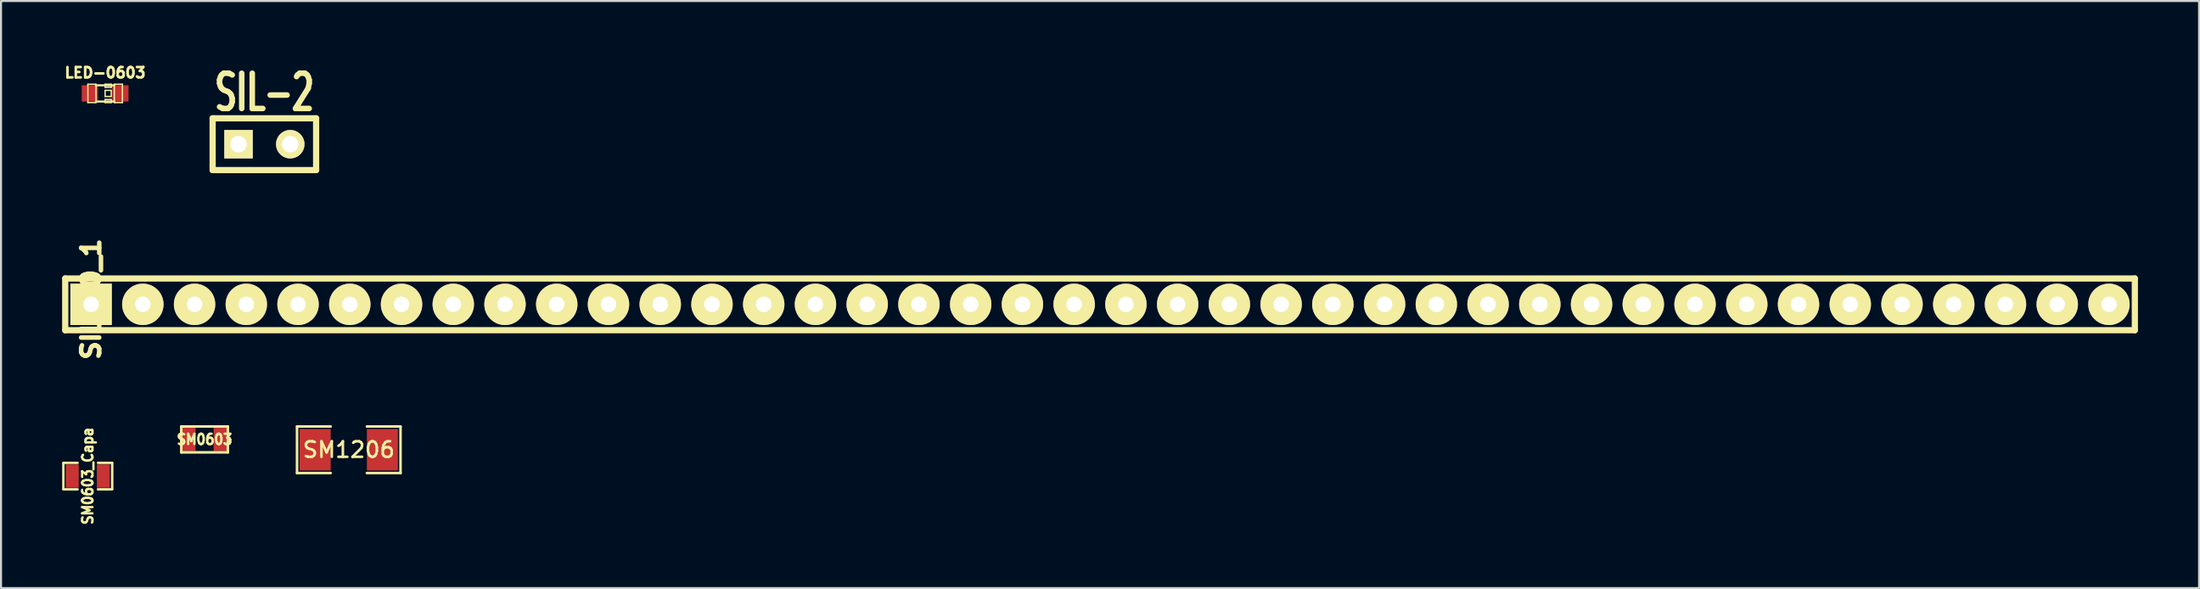
<source format=kicad_pcb>
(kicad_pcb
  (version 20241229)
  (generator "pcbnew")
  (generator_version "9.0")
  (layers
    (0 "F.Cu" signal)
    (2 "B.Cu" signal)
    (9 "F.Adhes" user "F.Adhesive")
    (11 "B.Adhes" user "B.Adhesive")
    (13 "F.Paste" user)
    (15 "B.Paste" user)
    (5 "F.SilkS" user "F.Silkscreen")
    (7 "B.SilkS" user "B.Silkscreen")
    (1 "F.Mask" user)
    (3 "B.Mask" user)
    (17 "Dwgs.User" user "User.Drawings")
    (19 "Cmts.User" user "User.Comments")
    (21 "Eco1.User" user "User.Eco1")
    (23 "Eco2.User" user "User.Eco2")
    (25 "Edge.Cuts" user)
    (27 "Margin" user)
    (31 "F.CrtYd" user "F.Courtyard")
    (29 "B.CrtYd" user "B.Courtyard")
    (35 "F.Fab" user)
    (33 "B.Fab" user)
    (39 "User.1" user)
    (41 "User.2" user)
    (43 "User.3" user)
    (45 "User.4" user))
  (footprint "SM0603"
    (layer "F.Cu")
    (at 6.993 18.523)
    (property "Reference" "SM0603" (at 0 0 0) (layer "F.SilkS") (effects (font (size 0.508 0.457) (thickness 0.114))))
    (attr smd)
    (fp_line (start -1.143 -0.635) (end 1.143 -0.635) (stroke (width 0.127) (type solid)) (layer "F.SilkS"))
    (fp_line (start -1.143 0.635) (end -1.143 -0.635) (stroke (width 0.127) (type solid)) (layer "F.SilkS"))
    (fp_line (start 1.143 -0.635) (end 1.143 0.635) (stroke (width 0.127) (type solid)) (layer "F.SilkS"))
    (fp_line (start 1.143 0.635) (end -1.143 0.635) (stroke (width 0.127) (type solid)) (layer "F.SilkS"))
    (pad "1" smd rect (at -0.762 0) (size 0.635 1.143) (layers "F.Cu" "F.Mask" "F.Paste"))
    (pad "2" smd rect (at 0.762 0) (size 0.635 1.143) (layers "F.Cu" "F.Mask" "F.Paste")))
  (footprint "LED-0603"
    (layer "F.Cu")
    (at 2.111 1.536)
    (property "Reference" "LED-0603" (at 0 -1.016 0) (layer "F.SilkS") (effects (font (size 0.508 0.508) (thickness 0.127))))
    (attr smd)
    (fp_line (start -0.848 -0.45) (end -0.848 0.45) (stroke (width 0.066) (type solid)) (layer "F.SilkS"))
    (fp_line (start -0.848 -0.45) (end -0.45 -0.45) (stroke (width 0.066) (type solid)) (layer "F.SilkS"))
    (fp_line (start -0.848 0.45) (end -0.45 0.45) (stroke (width 0.066) (type solid)) (layer "F.SilkS"))
    (fp_line (start -0.45 -0.45) (end -0.45 0.45) (stroke (width 0.066) (type solid)) (layer "F.SilkS"))
    (fp_line (start 0 -0.45) (end 0 -0.3) (stroke (width 0.066) (type solid)) (layer "F.SilkS"))
    (fp_line (start 0 -0.45) (end 0.3 -0.45) (stroke (width 0.066) (type solid)) (layer "F.SilkS"))
    (fp_line (start 0 -0.3) (end 0.3 -0.3) (stroke (width 0.066) (type solid)) (layer "F.SilkS"))
    (fp_line (start 0 -0.15) (end 0 0.15) (stroke (width 0.066) (type solid)) (layer "F.SilkS"))
    (fp_line (start 0 -0.15) (end 0.3 -0.15) (stroke (width 0.066) (type solid)) (layer "F.SilkS"))
    (fp_line (start 0 0.15) (end 0.3 0.15) (stroke (width 0.066) (type solid)) (layer "F.SilkS"))
    (fp_line (start 0 0.3) (end 0 0.45) (stroke (width 0.066) (type solid)) (layer "F.SilkS"))
    (fp_line (start 0 0.3) (end 0.3 0.3) (stroke (width 0.066) (type solid)) (layer "F.SilkS"))
    (fp_line (start 0 0.45) (end 0.3 0.45) (stroke (width 0.066) (type solid)) (layer "F.SilkS"))
    (fp_line (start 0.3 -0.45) (end 0.3 -0.3) (stroke (width 0.066) (type solid)) (layer "F.SilkS"))
    (fp_line (start 0.3 -0.15) (end 0.3 0.15) (stroke (width 0.066) (type solid)) (layer "F.SilkS"))
    (fp_line (start 0.3 0.3) (end 0.3 0.45) (stroke (width 0.066) (type solid)) (layer "F.SilkS"))
    (fp_line (start 0.45 -0.45) (end 0.45 0.45) (stroke (width 0.066) (type solid)) (layer "F.SilkS"))
    (fp_line (start 0.45 -0.45) (end 0.848 -0.45) (stroke (width 0.066) (type solid)) (layer "F.SilkS"))
    (fp_line (start 0.45 -0.399) (end -0.45 -0.399) (stroke (width 0.102) (type solid)) (layer "F.SilkS"))
    (fp_line (start 0.45 0.399) (end -0.45 0.399) (stroke (width 0.102) (type solid)) (layer "F.SilkS"))
    (fp_line (start 0.45 0.45) (end 0.848 0.45) (stroke (width 0.066) (type solid)) (layer "F.SilkS"))
    (fp_line (start 0.848 -0.45) (end 0.848 0.45) (stroke (width 0.066) (type solid)) (layer "F.SilkS"))
    (pad "1" smd rect (at -0.749 0) (size 0.798 0.798) (layers "F.Cu" "F.Mask" "F.Paste"))
    (pad "2" smd rect (at 0.749 0) (size 0.798 0.798) (layers "F.Cu" "F.Mask" "F.Paste")))
  (footprint "SIL-2"
    (layer "F.Cu")
    (at 9.929 4.029)
    (property "Reference" "SIL-2" (at 0 -2.54 0) (layer "F.SilkS") (effects (font (size 1.73 1.087) (thickness 0.305))))
    (attr through_hole)
    (fp_line (start -2.54 -1.27) (end 2.54 -1.27) (stroke (width 0.305) (type solid)) (layer "F.SilkS"))
    (fp_line (start -2.54 1.27) (end -2.54 -1.27) (stroke (width 0.305) (type solid)) (layer "F.SilkS"))
    (fp_line (start 2.54 -1.27) (end 2.54 1.27) (stroke (width 0.305) (type solid)) (layer "F.SilkS"))
    (fp_line (start 2.54 1.27) (end -2.54 1.27) (stroke (width 0.305) (type solid)) (layer "F.SilkS"))
    (pad "1" thru_hole rect (at -1.27 0) (size 1.397 1.397) (drill 0.813) (layers "*.Cu" "*.Mask" "F.SilkS"))
    (pad "2" thru_hole circle (at 1.27 0) (size 1.397 1.397) (drill 0.813) (layers "*.Cu" "*.Mask" "F.SilkS")))
  (footprint "SIL_40_1"
    (layer "F.Cu")
    (at 1.422 11.892)
    (property "Reference" "SIL_40_1" (at 0 -0.254 270) (layer "F.SilkS") (effects (font (size 0.889 0.889) (thickness 0.305))))
    (attr through_hole)
    (fp_line (start -1.27 -1.27) (end -1.27 1.27) (stroke (width 0.305) (type solid)) (layer "F.SilkS"))
    (fp_line (start -1.27 1.27) (end 100.33 1.27) (stroke (width 0.305) (type solid)) (layer "F.SilkS"))
    (fp_line (start 100.33 -1.27) (end -1.27 -1.27) (stroke (width 0.305) (type solid)) (layer "F.SilkS"))
    (fp_line (start 100.33 1.27) (end 100.33 -1.27) (stroke (width 0.305) (type solid)) (layer "F.SilkS"))
    (pad "1" thru_hole rect (at 0 0) (size 2.032 2.032) (drill 0.762) (layers "*.Cu" "*.Mask" "F.SilkS"))
    (pad "2" thru_hole circle (at 2.54 0) (size 2.032 2.032) (drill 0.762) (layers "*.Cu" "*.Mask" "F.SilkS"))
    (pad "3" thru_hole circle (at 5.08 0) (size 2.032 2.032) (drill 0.762) (layers "*.Cu" "*.Mask" "F.SilkS"))
    (pad "4" thru_hole circle (at 7.62 0) (size 2.032 2.032) (drill 0.762) (layers "*.Cu" "*.Mask" "F.SilkS"))
    (pad "5" thru_hole circle (at 10.16 0) (size 2.032 2.032) (drill 0.762) (layers "*.Cu" "*.Mask" "F.SilkS"))
    (pad "6" thru_hole circle (at 12.7 0) (size 2.032 2.032) (drill 0.762) (layers "*.Cu" "*.Mask" "F.SilkS"))
    (pad "7" thru_hole circle (at 15.24 0) (size 2.032 2.032) (drill 0.762) (layers "*.Cu" "*.Mask" "F.SilkS"))
    (pad "8" thru_hole circle (at 17.78 0) (size 2.032 2.032) (drill 0.762) (layers "*.Cu" "*.Mask" "F.SilkS"))
    (pad "9" thru_hole circle (at 20.32 0) (size 2.032 2.032) (drill 0.762) (layers "*.Cu" "*.Mask" "F.SilkS"))
    (pad "10" thru_hole circle (at 22.86 0) (size 2.032 2.032) (drill 0.762) (layers "*.Cu" "*.Mask" "F.SilkS"))
    (pad "11" thru_hole circle (at 25.4 0) (size 2.032 2.032) (drill 0.762) (layers "*.Cu" "*.Mask" "F.SilkS"))
    (pad "12" thru_hole circle (at 27.94 0) (size 2.032 2.032) (drill 0.762) (layers "*.Cu" "*.Mask" "F.SilkS"))
    (pad "13" thru_hole circle (at 30.48 0) (size 2.032 2.032) (drill 0.762) (layers "*.Cu" "*.Mask" "F.SilkS"))
    (pad "14" thru_hole circle (at 33.02 0) (size 2.032 2.032) (drill 0.762) (layers "*.Cu" "*.Mask" "F.SilkS"))
    (pad "15" thru_hole circle (at 35.56 0) (size 2.032 2.032) (drill 0.762) (layers "*.Cu" "*.Mask" "F.SilkS"))
    (pad "16" thru_hole circle (at 38.1 0) (size 2.032 2.032) (drill 0.762) (layers "*.Cu" "*.Mask" "F.SilkS"))
    (pad "17" thru_hole circle (at 40.64 0) (size 2.032 2.032) (drill 0.762) (layers "*.Cu" "*.Mask" "F.SilkS"))
    (pad "18" thru_hole circle (at 43.18 0) (size 2.032 2.032) (drill 0.762) (layers "*.Cu" "*.Mask" "F.SilkS"))
    (pad "19" thru_hole circle (at 45.72 0) (size 2.032 2.032) (drill 0.762) (layers "*.Cu" "*.Mask" "F.SilkS"))
    (pad "20" thru_hole circle (at 48.26 0) (size 2.032 2.032) (drill 0.762) (layers "*.Cu" "*.Mask" "F.SilkS"))
    (pad "21" thru_hole circle (at 50.8 0) (size 2.032 2.032) (drill 0.762) (layers "*.Cu" "*.Mask" "F.SilkS"))
    (pad "22" thru_hole circle (at 53.34 0) (size 2.032 2.032) (drill 0.762) (layers "*.Cu" "*.Mask" "F.SilkS"))
    (pad "23" thru_hole circle (at 55.88 0) (size 2.032 2.032) (drill 0.762) (layers "*.Cu" "*.Mask" "F.SilkS"))
    (pad "24" thru_hole circle (at 58.42 0) (size 2.032 2.032) (drill 0.762) (layers "*.Cu" "*.Mask" "F.SilkS"))
    (pad "25" thru_hole circle (at 60.96 0) (size 2.032 2.032) (drill 0.762) (layers "*.Cu" "*.Mask" "F.SilkS"))
    (pad "26" thru_hole circle (at 63.5 0) (size 2.032 2.032) (drill 0.762) (layers "*.Cu" "*.Mask" "F.SilkS"))
    (pad "27" thru_hole circle (at 66.04 0) (size 2.032 2.032) (drill 0.762) (layers "*.Cu" "*.Mask" "F.SilkS"))
    (pad "28" thru_hole circle (at 68.58 0) (size 2.032 2.032) (drill 0.762) (layers "*.Cu" "*.Mask" "F.SilkS"))
    (pad "29" thru_hole circle (at 71.12 0) (size 2.032 2.032) (drill 0.762) (layers "*.Cu" "*.Mask" "F.SilkS"))
    (pad "30" thru_hole circle (at 73.66 0) (size 2.032 2.032) (drill 0.762) (layers "*.Cu" "*.Mask" "F.SilkS"))
    (pad "31" thru_hole circle (at 76.2 0) (size 2.032 2.032) (drill 0.762) (layers "*.Cu" "*.Mask" "F.SilkS"))
    (pad "32" thru_hole circle (at 78.74 0) (size 2.032 2.032) (drill 0.762) (layers "*.Cu" "*.Mask" "F.SilkS"))
    (pad "33" thru_hole circle (at 81.28 0) (size 2.032 2.032) (drill 0.762) (layers "*.Cu" "*.Mask" "F.SilkS"))
    (pad "34" thru_hole circle (at 83.82 0) (size 2.032 2.032) (drill 0.762) (layers "*.Cu" "*.Mask" "F.SilkS"))
    (pad "35" thru_hole circle (at 86.36 0) (size 2.032 2.032) (drill 0.762) (layers "*.Cu" "*.Mask" "F.SilkS"))
    (pad "36" thru_hole circle (at 88.9 0) (size 2.032 2.032) (drill 0.762) (layers "*.Cu" "*.Mask" "F.SilkS"))
    (pad "37" thru_hole circle (at 91.44 0) (size 2.032 2.032) (drill 0.762) (layers "*.Cu" "*.Mask" "F.SilkS"))
    (pad "38" thru_hole circle (at 93.98 0) (size 2.032 2.032) (drill 0.762) (layers "*.Cu" "*.Mask" "F.SilkS"))
    (pad "39" thru_hole circle (at 96.52 0) (size 2.032 2.032) (drill 0.762) (layers "*.Cu" "*.Mask" "F.SilkS"))
    (pad "40" thru_hole circle (at 99.06 0) (size 2.032 2.032) (drill 0.762) (layers "*.Cu" "*.Mask" "F.SilkS")))
  (footprint "SM0603_Capa"
    (layer "F.Cu")
    (at 1.259 20.323)
    (property "Reference" "SM0603_Capa" (at 0 0 90) (layer "F.SilkS") (effects (font (size 0.508 0.457) (thickness 0.114))))
    (attr smd)
    (fp_line (start -1.199 -0.65) (end -0.5 -0.65) (stroke (width 0.119) (type solid)) (layer "F.SilkS"))
    (fp_line (start -1.199 0.635) (end -1.199 -0.635) (stroke (width 0.119) (type solid)) (layer "F.SilkS"))
    (fp_line (start -0.5 0.65) (end -1.199 0.65) (stroke (width 0.119) (type solid)) (layer "F.SilkS"))
    (fp_line (start 0.5 -0.65) (end 1.199 -0.65) (stroke (width 0.119) (type solid)) (layer "F.SilkS"))
    (fp_line (start 0.5 0.65) (end 1.199 0.65) (stroke (width 0.119) (type solid)) (layer "F.SilkS"))
    (fp_line (start 1.199 -0.635) (end 1.199 0.635) (stroke (width 0.119) (type solid)) (layer "F.SilkS"))
    (pad "1" smd rect (at -0.762 0) (size 0.635 1.143) (layers "F.Cu" "F.Mask" "F.Paste"))
    (pad "2" smd rect (at 0.762 0) (size 0.635 1.143) (layers "F.Cu" "F.Mask" "F.Paste")))
  (footprint "SM1206"
    (layer "F.Cu")
    (at 14.072 19.031)
    (property "Reference" "SM1206" (at 0 0 0) (layer "F.SilkS") (effects (font (size 0.762 0.762) (thickness 0.127))))
    (attr smd)
    (fp_line (start -2.54 -1.143) (end -2.54 1.143) (stroke (width 0.127) (type solid)) (layer "F.SilkS"))
    (fp_line (start -2.54 1.143) (end -0.889 1.143) (stroke (width 0.127) (type solid)) (layer "F.SilkS"))
    (fp_line (start -0.889 -1.143) (end -2.54 -1.143) (stroke (width 0.127) (type solid)) (layer "F.SilkS"))
    (fp_line (start 0.889 -1.143) (end 2.54 -1.143) (stroke (width 0.127) (type solid)) (layer "F.SilkS"))
    (fp_line (start 2.54 -1.143) (end 2.54 1.143) (stroke (width 0.127) (type solid)) (layer "F.SilkS"))
    (fp_line (start 2.54 1.143) (end 0.889 1.143) (stroke (width 0.127) (type solid)) (layer "F.SilkS"))
    (pad "1" smd rect (at -1.651 0) (size 1.524 2.032) (layers "F.Cu" "F.Mask" "F.Paste"))
    (pad "2" smd rect (at 1.651 0) (size 1.524 2.032) (layers "F.Cu" "F.Mask" "F.Paste")))
  (gr_rect
    (start -3 -3)
    (end 104.905 25.822)
    (stroke (width 0.1) (type default))
    (fill no)
    (layer "Edge.Cuts")))
</source>
